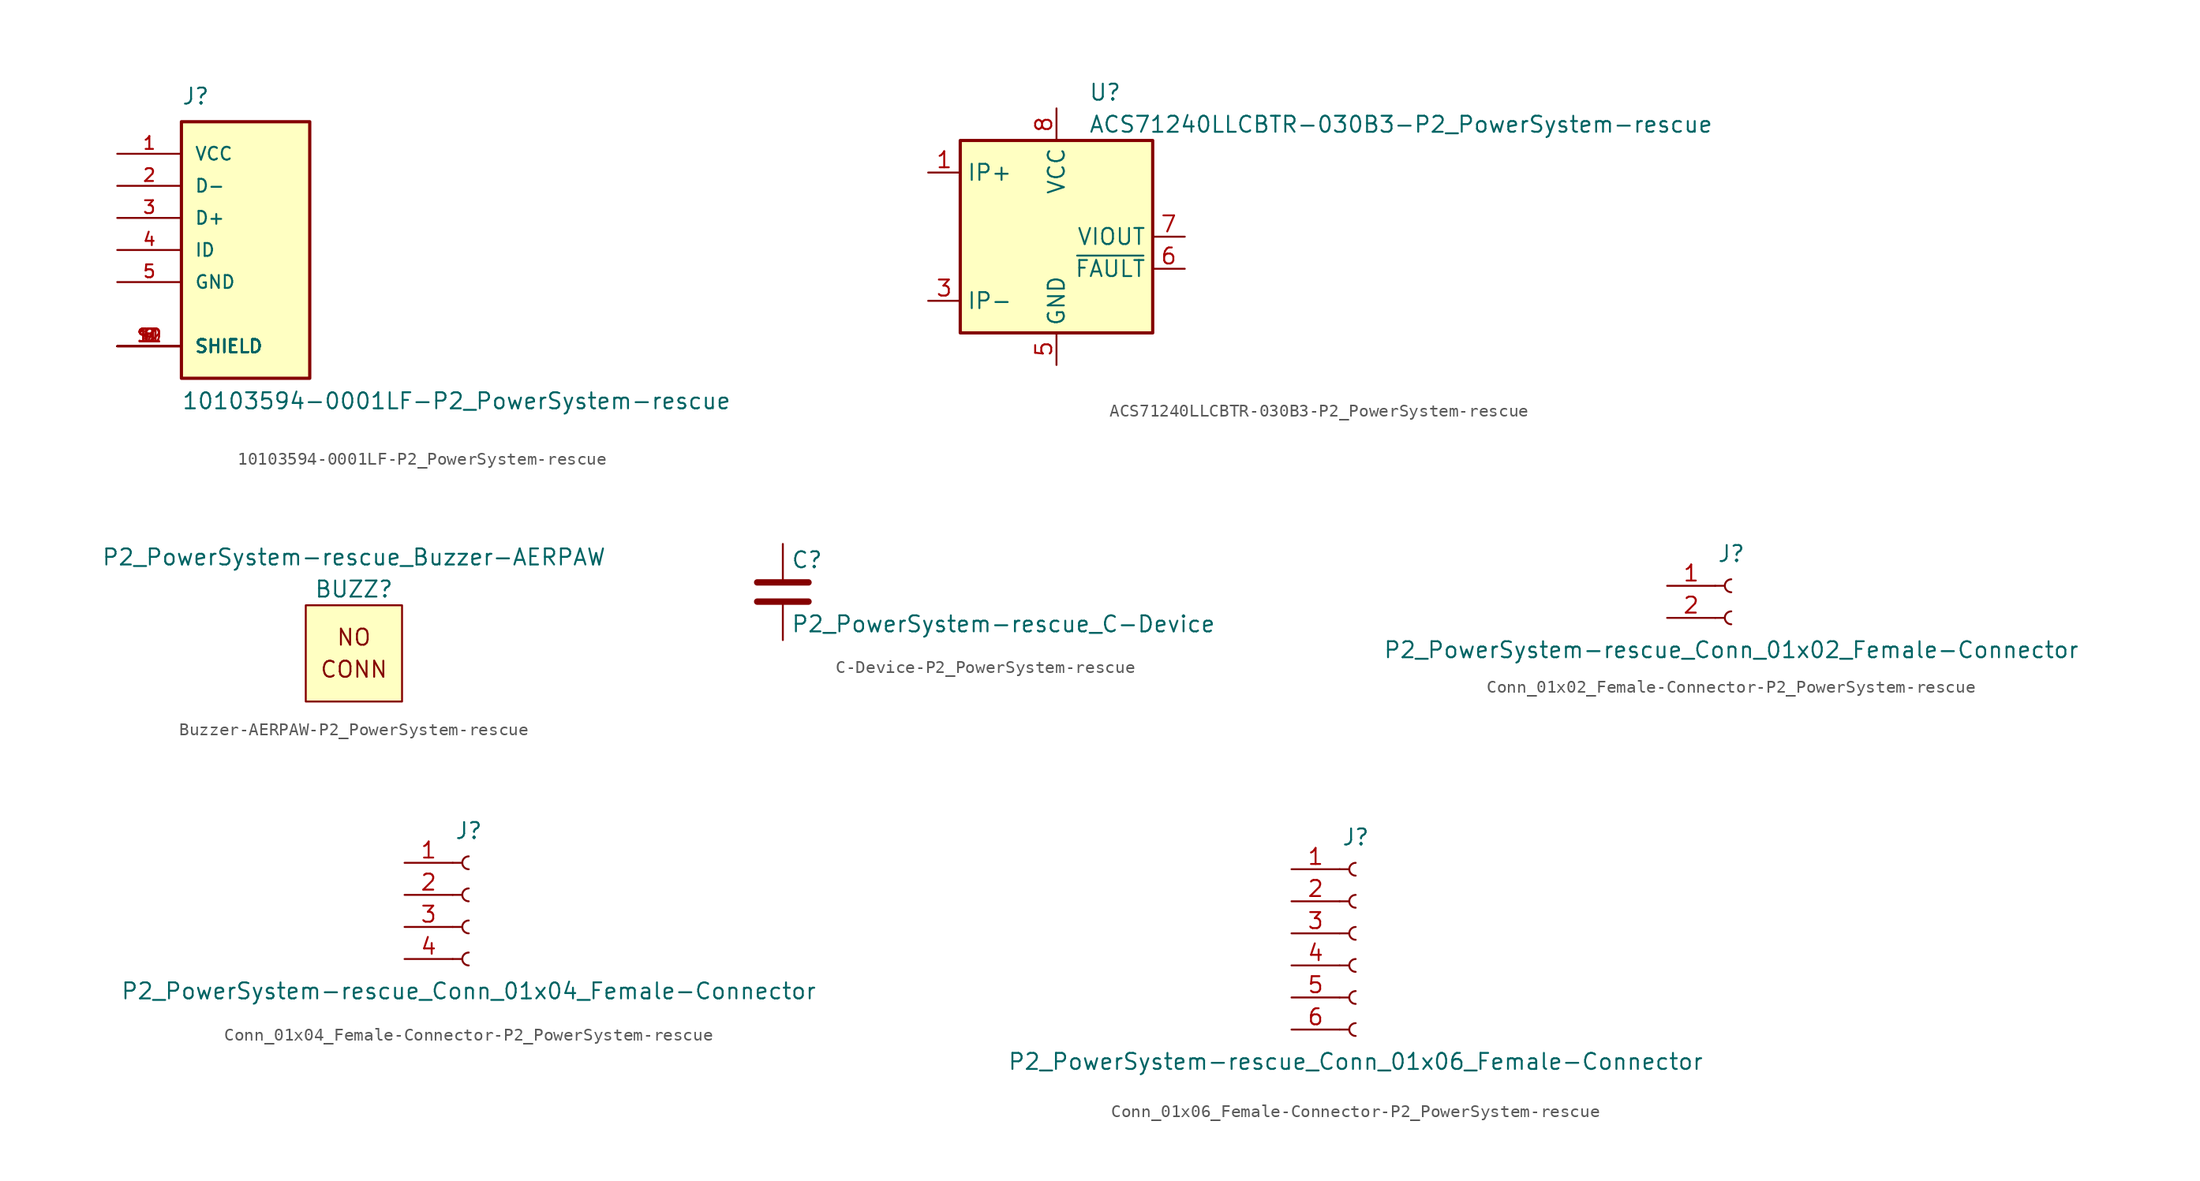
<source format=kicad_sym>
(kicad_symbol_lib
  (version 20231120)
  (generator "kicad_symbol_editor")
  (generator_version "8.0")
  (symbol "10103594-0001LF-P2_PowerSystem-rescue"
    (pin_names
      (offset 1.016))
    (property "Reference" "J"
      (at -5.08 11.43 0)
      (effects (font (size 1.27 1.27)) (justify left bottom)))
    (property "Value" "10103594-0001LF-P2_PowerSystem-rescue"
      (at -5.08 -12.7 0)
      (effects (font (size 1.27 1.27)) (justify left bottom)))
    (property "ki_locked" ""
      (at 0 0 0)
      (effects (font (size 1.27 1.27))))
    (symbol "10103594-0001LF-P2_PowerSystem-rescue_0_0"
      (rectangle (start -5.08 -10.16) (end 5.08 10.16) (stroke (width 0.254) (type solid)) (fill (type background)))
      (pin power_in line (at -10.16 7.62 0) (length 5.08) (name "VCC" (effects (font (size 1.016 1.016)))) (number "1" (effects (font (size 1.016 1.016)))))
      (pin passive line (at -10.16 -7.62 0) (length 5.08) (name "SHIELD" (effects (font (size 1.016 1.016)))) (number "10" (effects (font (size 1.016 1.016)))))
      (pin passive line (at -10.16 -7.62 0) (length 5.08) (name "SHIELD" (effects (font (size 1.016 1.016)))) (number "11" (effects (font (size 1.016 1.016)))))
      (pin bidirectional line (at -10.16 5.08 0) (length 5.08) (name "D-" (effects (font (size 1.016 1.016)))) (number "2" (effects (font (size 1.016 1.016)))))
      (pin bidirectional line (at -10.16 2.54 0) (length 5.08) (name "D+" (effects (font (size 1.016 1.016)))) (number "3" (effects (font (size 1.016 1.016)))))
      (pin bidirectional line (at -10.16 0 0) (length 5.08) (name "ID" (effects (font (size 1.016 1.016)))) (number "4" (effects (font (size 1.016 1.016)))))
      (pin power_in line (at -10.16 -2.54 0) (length 5.08) (name "GND" (effects (font (size 1.016 1.016)))) (number "5" (effects (font (size 1.016 1.016)))))
      (pin passive line (at -10.16 -7.62 0) (length 5.08) (name "SHIELD" (effects (font (size 1.016 1.016)))) (number "6" (effects (font (size 1.016 1.016)))))
      (pin passive line (at -10.16 -7.62 0) (length 5.08) (name "SHIELD" (effects (font (size 1.016 1.016)))) (number "7" (effects (font (size 1.016 1.016)))))
      (pin passive line (at -10.16 -7.62 0) (length 5.08) (name "SHIELD" (effects (font (size 1.016 1.016)))) (number "8" (effects (font (size 1.016 1.016)))))
      (pin passive line (at -10.16 -7.62 0) (length 5.08) (name "SHIELD" (effects (font (size 1.016 1.016)))) (number "9" (effects (font (size 1.016 1.016)))))
      (pin passive line (at -10.16 -7.62 0) (length 5.08) (name "SHIELD" (effects (font (size 1.016 1.016)))) (number "S1" (effects (font (size 1.016 1.016)))))
      (pin passive line (at -10.16 -7.62 0) (length 5.08) (name "SHIELD" (effects (font (size 1.016 1.016)))) (number "S2" (effects (font (size 1.016 1.016)))))))
  (symbol "ACS71240LLCBTR-030B3-P2_PowerSystem-rescue"
    (property "Reference" "U"
      (at 2.54 11.43 0)
      (effects (font (size 1.27 1.27)) (justify left)))
    (property "Value" "ACS71240LLCBTR-030B3-P2_PowerSystem-rescue"
      (at 2.54 8.89 0)
      (effects (font (size 1.27 1.27)) (justify left)))
    (symbol "ACS71240LLCBTR-030B3-P2_PowerSystem-rescue_0_1"
      (rectangle (start -7.62 7.62) (end 7.62 -7.62) (stroke (width 0.254) (type solid)) (fill (type background))))
    (symbol "ACS71240LLCBTR-030B3-P2_PowerSystem-rescue_1_1"
      (pin passive line (at -10.16 5.08 0) (length 2.54) (name "IP+" (effects (font (size 1.27 1.27)))) (number "1" (effects (font (size 1.27 1.27)))))
      (pin passive line (at -10.16 5.08 0) (length 2.54) hide (name "IP+" (effects (font (size 1.27 1.27)))) (number "2" (effects (font (size 1.27 1.27)))))
      (pin passive line (at -10.16 -5.08 0) (length 2.54) (name "IP-" (effects (font (size 1.27 1.27)))) (number "3" (effects (font (size 1.27 1.27)))))
      (pin passive line (at -10.16 -5.08 0) (length 2.54) hide (name "IP-" (effects (font (size 1.27 1.27)))) (number "4" (effects (font (size 1.27 1.27)))))
      (pin power_in line (at 0 -10.16 90) (length 2.54) (name "GND" (effects (font (size 1.27 1.27)))) (number "5" (effects (font (size 1.27 1.27)))))
      (pin output line (at 10.16 -2.54 180) (length 2.54) (name "~{FAULT}" (effects (font (size 1.27 1.27)))) (number "6" (effects (font (size 1.27 1.27)))))
      (pin output line (at 10.16 0 180) (length 2.54) (name "VIOUT" (effects (font (size 1.27 1.27)))) (number "7" (effects (font (size 1.27 1.27)))))
      (pin power_in line (at 0 10.16 270) (length 2.54) (name "VCC" (effects (font (size 1.27 1.27)))) (number "8" (effects (font (size 1.27 1.27)))))))
  (symbol "Buzzer-AERPAW-P2_PowerSystem-rescue"
    (pin_names
      (offset 1.016))
    (property "Reference" "BUZZ"
      (at 0 5.08 0)
      (effects (font (size 1.27 1.27))))
    (property "Value" "P2_PowerSystem-rescue_Buzzer-AERPAW"
      (at 0 7.62 0)
      (effects (font (size 1.27 1.27))))
    (symbol "Buzzer-AERPAW-P2_PowerSystem-rescue_0_0"
      (text "CONN" (at 0 -1.27 0) (effects (font (size 1.27 1.27))))
      (text "NO" (at 0 1.27 0) (effects (font (size 1.27 1.27)))))
    (symbol "Buzzer-AERPAW-P2_PowerSystem-rescue_0_1"
      (rectangle (start -3.81 3.81) (end 3.81 -3.81) (stroke (width 0) (type solid)) (fill (type background)))))
  (symbol "C-Device-P2_PowerSystem-rescue"
    (pin_numbers hide)
    (pin_names
      (offset 0.254))
    (property "Reference" "C"
      (at 0.635 2.54 0)
      (effects (font (size 1.27 1.27)) (justify left)))
    (property "Value" "P2_PowerSystem-rescue_C-Device"
      (at 0.635 -2.54 0)
      (effects (font (size 1.27 1.27)) (justify left)))
    (symbol "C-Device-P2_PowerSystem-rescue_0_1"
      (polyline (pts (xy -2.032 -0.762) (xy 2.032 -0.762)) (stroke (width 0.508) (type solid)) (fill (type none)))
      (polyline (pts (xy -2.032 0.762) (xy 2.032 0.762)) (stroke (width 0.508) (type solid)) (fill (type none))))
    (symbol "C-Device-P2_PowerSystem-rescue_1_1"
      (pin passive line (at 0 3.81 270) (length 2.794) (name "~" (effects (font (size 1.27 1.27)))) (number "1" (effects (font (size 1.27 1.27)))))
      (pin passive line (at 0 -3.81 90) (length 2.794) (name "~" (effects (font (size 1.27 1.27)))) (number "2" (effects (font (size 1.27 1.27)))))))
  (symbol "Conn_01x02_Female-Connector-P2_PowerSystem-rescue"
    (pin_names
      (offset 1.016) hide)
    (property "Reference" "J"
      (at 0 2.54 0)
      (effects (font (size 1.27 1.27))))
    (property "Value" "P2_PowerSystem-rescue_Conn_01x02_Female-Connector"
      (at 0 -5.08 0)
      (effects (font (size 1.27 1.27))))
    (symbol "Conn_01x02_Female-Connector-P2_PowerSystem-rescue_1_1"
      (arc (start 0 -2.032) (mid -0.508 -2.54) (end 0 -3.048) (stroke (width 0.1524) (type solid)) (fill (type none)))
      (polyline (pts (xy -1.27 -2.54) (xy -0.508 -2.54)) (stroke (width 0.152) (type solid)) (fill (type none)))
      (polyline (pts (xy -1.27 0) (xy -0.508 0)) (stroke (width 0.152) (type solid)) (fill (type none)))
      (arc (start 0 0.508) (mid -0.508 0) (end 0 -0.508) (stroke (width 0.1524) (type solid)) (fill (type none)))
      (pin passive line (at -5.08 0 0) (length 3.81) (name "Pin_1" (effects (font (size 1.27 1.27)))) (number "1" (effects (font (size 1.27 1.27)))))
      (pin passive line (at -5.08 -2.54 0) (length 3.81) (name "Pin_2" (effects (font (size 1.27 1.27)))) (number "2" (effects (font (size 1.27 1.27)))))))
  (symbol "Conn_01x04_Female-Connector-P2_PowerSystem-rescue"
    (pin_names
      (offset 1.016) hide)
    (property "Reference" "J"
      (at 0 5.08 0)
      (effects (font (size 1.27 1.27))))
    (property "Value" "P2_PowerSystem-rescue_Conn_01x04_Female-Connector"
      (at 0 -7.62 0)
      (effects (font (size 1.27 1.27))))
    (symbol "Conn_01x04_Female-Connector-P2_PowerSystem-rescue_1_1"
      (arc (start 0 -4.572) (mid -0.508 -5.08) (end 0 -5.588) (stroke (width 0.1524) (type solid)) (fill (type none)))
      (arc (start 0 -2.032) (mid -0.508 -2.54) (end 0 -3.048) (stroke (width 0.1524) (type solid)) (fill (type none)))
      (polyline (pts (xy -1.27 -5.08) (xy -0.508 -5.08)) (stroke (width 0.152) (type solid)) (fill (type none)))
      (polyline (pts (xy -1.27 -2.54) (xy -0.508 -2.54)) (stroke (width 0.152) (type solid)) (fill (type none)))
      (polyline (pts (xy -1.27 0) (xy -0.508 0)) (stroke (width 0.152) (type solid)) (fill (type none)))
      (polyline (pts (xy -1.27 2.54) (xy -0.508 2.54)) (stroke (width 0.152) (type solid)) (fill (type none)))
      (arc (start 0 0.508) (mid -0.508 0) (end 0 -0.508) (stroke (width 0.1524) (type solid)) (fill (type none)))
      (arc (start 0 3.048) (mid -0.508 2.54) (end 0 2.032) (stroke (width 0.1524) (type solid)) (fill (type none)))
      (pin passive line (at -5.08 2.54 0) (length 3.81) (name "Pin_1" (effects (font (size 1.27 1.27)))) (number "1" (effects (font (size 1.27 1.27)))))
      (pin passive line (at -5.08 0 0) (length 3.81) (name "Pin_2" (effects (font (size 1.27 1.27)))) (number "2" (effects (font (size 1.27 1.27)))))
      (pin passive line (at -5.08 -2.54 0) (length 3.81) (name "Pin_3" (effects (font (size 1.27 1.27)))) (number "3" (effects (font (size 1.27 1.27)))))
      (pin passive line (at -5.08 -5.08 0) (length 3.81) (name "Pin_4" (effects (font (size 1.27 1.27)))) (number "4" (effects (font (size 1.27 1.27)))))))
  (symbol "Conn_01x06_Female-Connector-P2_PowerSystem-rescue"
    (pin_names
      (offset 1.016) hide)
    (property "Reference" "J"
      (at 0 7.62 0)
      (effects (font (size 1.27 1.27))))
    (property "Value" "P2_PowerSystem-rescue_Conn_01x06_Female-Connector"
      (at 0 -10.16 0)
      (effects (font (size 1.27 1.27))))
    (symbol "Conn_01x06_Female-Connector-P2_PowerSystem-rescue_1_1"
      (arc (start 0 -7.112) (mid -0.508 -7.62) (end 0 -8.128) (stroke (width 0.1524) (type solid)) (fill (type none)))
      (arc (start 0 -4.572) (mid -0.508 -5.08) (end 0 -5.588) (stroke (width 0.1524) (type solid)) (fill (type none)))
      (arc (start 0 -2.032) (mid -0.508 -2.54) (end 0 -3.048) (stroke (width 0.1524) (type solid)) (fill (type none)))
      (polyline (pts (xy -1.27 -7.62) (xy -0.508 -7.62)) (stroke (width 0.152) (type solid)) (fill (type none)))
      (polyline (pts (xy -1.27 -5.08) (xy -0.508 -5.08)) (stroke (width 0.152) (type solid)) (fill (type none)))
      (polyline (pts (xy -1.27 -2.54) (xy -0.508 -2.54)) (stroke (width 0.152) (type solid)) (fill (type none)))
      (polyline (pts (xy -1.27 0) (xy -0.508 0)) (stroke (width 0.152) (type solid)) (fill (type none)))
      (polyline (pts (xy -1.27 2.54) (xy -0.508 2.54)) (stroke (width 0.152) (type solid)) (fill (type none)))
      (polyline (pts (xy -1.27 5.08) (xy -0.508 5.08)) (stroke (width 0.152) (type solid)) (fill (type none)))
      (arc (start 0 0.508) (mid -0.508 0) (end 0 -0.508) (stroke (width 0.1524) (type solid)) (fill (type none)))
      (arc (start 0 3.048) (mid -0.508 2.54) (end 0 2.032) (stroke (width 0.1524) (type solid)) (fill (type none)))
      (arc (start 0 5.588) (mid -0.508 5.08) (end 0 4.572) (stroke (width 0.1524) (type solid)) (fill (type none)))
      (pin passive line (at -5.08 5.08 0) (length 3.81) (name "Pin_1" (effects (font (size 1.27 1.27)))) (number "1" (effects (font (size 1.27 1.27)))))
      (pin passive line (at -5.08 2.54 0) (length 3.81) (name "Pin_2" (effects (font (size 1.27 1.27)))) (number "2" (effects (font (size 1.27 1.27)))))
      (pin passive line (at -5.08 0 0) (length 3.81) (name "Pin_3" (effects (font (size 1.27 1.27)))) (number "3" (effects (font (size 1.27 1.27)))))
      (pin passive line (at -5.08 -2.54 0) (length 3.81) (name "Pin_4" (effects (font (size 1.27 1.27)))) (number "4" (effects (font (size 1.27 1.27)))))
      (pin passive line (at -5.08 -5.08 0) (length 3.81) (name "Pin_5" (effects (font (size 1.27 1.27)))) (number "5" (effects (font (size 1.27 1.27)))))
      (pin passive line (at -5.08 -7.62 0) (length 3.81) (name "Pin_6" (effects (font (size 1.27 1.27)))) (number "6" (effects (font (size 1.27 1.27))))))))
</source>
